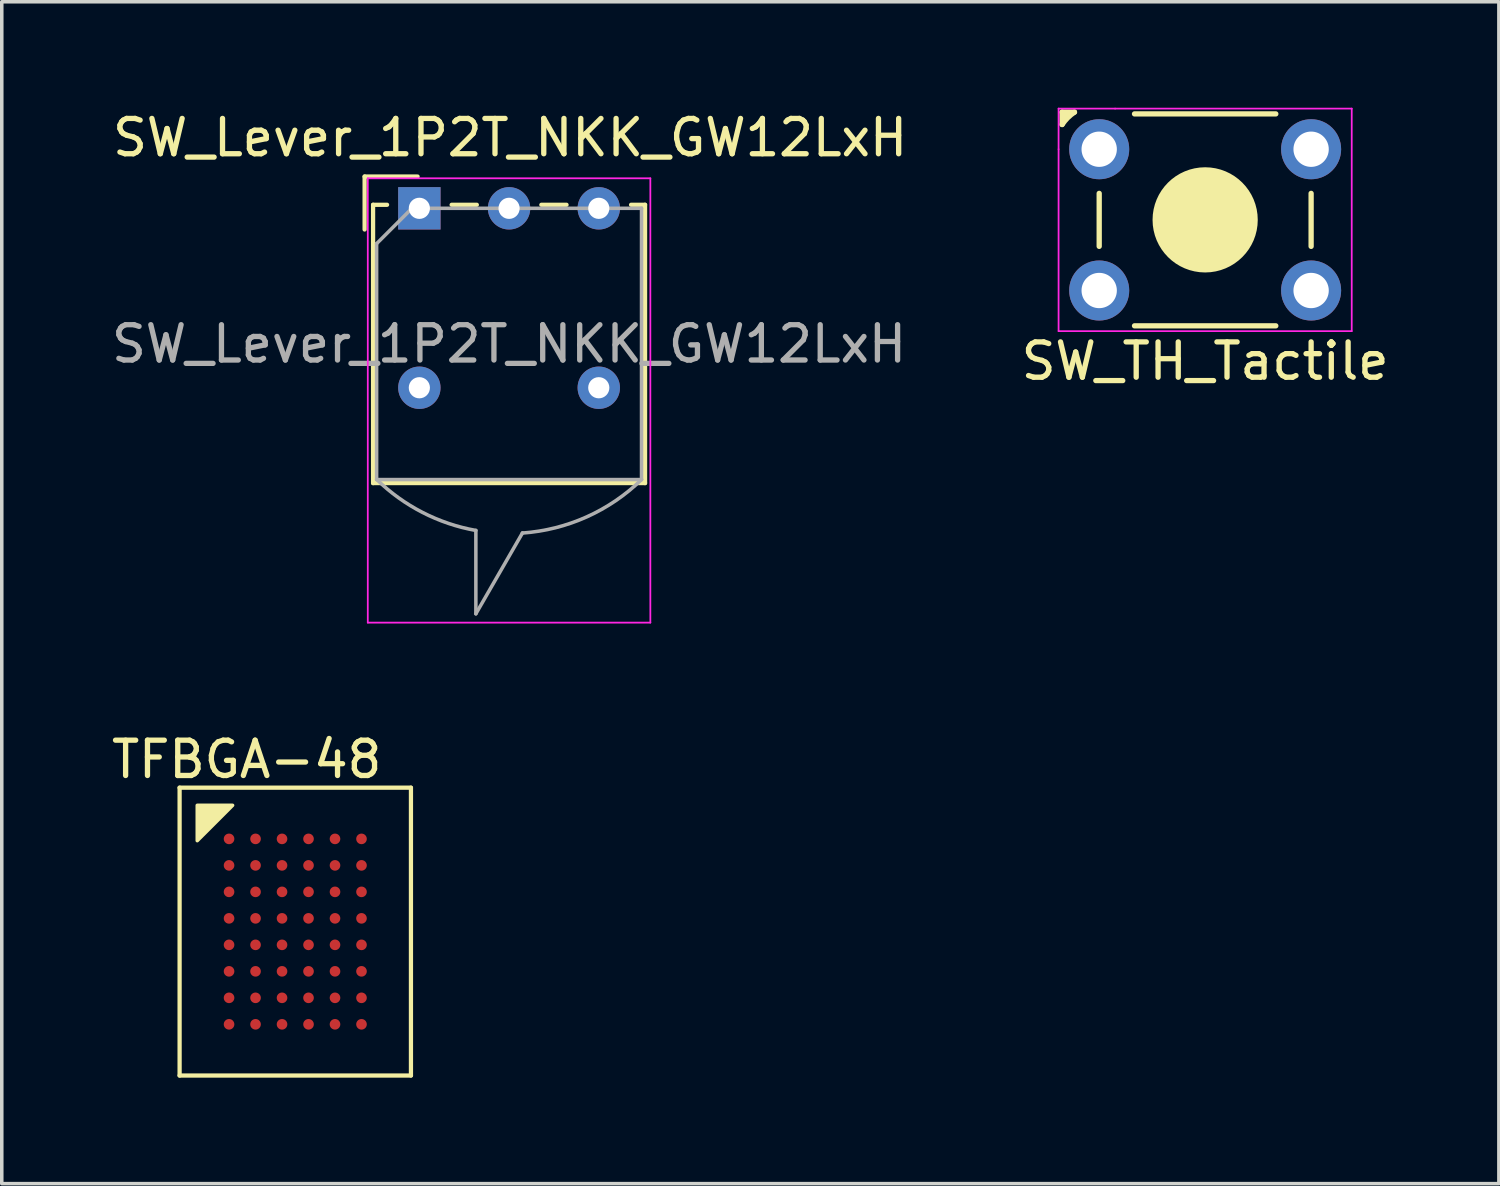
<source format=kicad_pcb>
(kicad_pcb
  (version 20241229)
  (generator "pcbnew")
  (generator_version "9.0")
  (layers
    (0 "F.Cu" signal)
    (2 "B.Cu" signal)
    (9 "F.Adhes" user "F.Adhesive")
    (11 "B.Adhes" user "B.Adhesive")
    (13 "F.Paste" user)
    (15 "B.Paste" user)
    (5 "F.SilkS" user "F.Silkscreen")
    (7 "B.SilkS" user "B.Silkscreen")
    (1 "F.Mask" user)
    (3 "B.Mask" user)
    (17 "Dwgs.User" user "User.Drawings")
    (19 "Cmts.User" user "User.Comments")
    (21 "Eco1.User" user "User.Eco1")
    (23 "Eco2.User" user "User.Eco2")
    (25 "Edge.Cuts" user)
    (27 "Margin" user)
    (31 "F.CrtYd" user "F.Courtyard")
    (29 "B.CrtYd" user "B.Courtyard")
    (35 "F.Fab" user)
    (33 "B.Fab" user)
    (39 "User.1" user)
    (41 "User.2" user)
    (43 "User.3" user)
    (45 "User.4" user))
  (footprint "SW_Lever_1P2T_NKK_GW12LxH"
    (layer "F.Cu")
    (at 8.823 2.848)
    (property "Reference" "SW_Lever_1P2T_NKK_GW12LxH" (at 2.57 -2 180) (layer "F.SilkS") (effects (font (size 1 1) (thickness 0.15))))
    (attr through_hole)
    (fp_line (start -1.55 -0.9) (end -0.05 -0.9) (stroke (width 0.12) (type solid)) (layer "F.SilkS"))
    (fp_line (start -1.55 0.6) (end -1.55 -0.9) (stroke (width 0.12) (type solid)) (layer "F.SilkS"))
    (fp_line (start -1.31 -0.1) (end -1.31 7.78) (stroke (width 0.12) (type solid)) (layer "F.SilkS"))
    (fp_line (start -1.31 -0.1) (end -0.914 -0.1) (stroke (width 0.12) (type solid)) (layer "F.SilkS"))
    (fp_line (start -1.31 7.78) (end 6.39 7.78) (stroke (width 0.12) (type solid)) (layer "F.SilkS"))
    (fp_line (start 0.914 -0.1) (end 1.627 -0.1) (stroke (width 0.12) (type solid)) (layer "F.SilkS"))
    (fp_line (start 3.454 -0.1) (end 4.167 -0.1) (stroke (width 0.12) (type solid)) (layer "F.SilkS"))
    (fp_line (start 5.994 -0.1) (end 6.39 -0.1) (stroke (width 0.12) (type solid)) (layer "F.SilkS"))
    (fp_line (start 6.39 -0.1) (end 6.39 7.78) (stroke (width 0.12) (type solid)) (layer "F.SilkS"))
    (fp_line (start -1.46 -0.85) (end -1.46 11.73) (stroke (width 0.05) (type solid)) (layer "F.CrtYd"))
    (fp_line (start -1.46 11.73) (end 6.54 11.73) (stroke (width 0.05) (type solid)) (layer "F.CrtYd"))
    (fp_line (start 6.54 -0.85) (end -1.46 -0.85) (stroke (width 0.05) (type solid)) (layer "F.CrtYd"))
    (fp_line (start 6.54 11.73) (end 6.54 -0.85) (stroke (width 0.05) (type solid)) (layer "F.CrtYd"))
    (fp_line (start -1.21 1) (end -0.21 0) (stroke (width 0.1) (type solid)) (layer "F.Fab"))
    (fp_line (start -1.21 7.68) (end -1.21 1) (stroke (width 0.1) (type solid)) (layer "F.Fab"))
    (fp_line (start -0.21 0) (end 6.29 0) (stroke (width 0.1) (type solid)) (layer "F.Fab"))
    (fp_line (start 1.6 9.12) (end 1.6 11.48) (stroke (width 0.1) (type solid)) (layer "F.Fab"))
    (fp_line (start 1.6 11.48) (end 2.92 9.19) (stroke (width 0.1) (type solid)) (layer "F.Fab"))
    (fp_line (start 6.29 0) (end 6.29 7.68) (stroke (width 0.1) (type solid)) (layer "F.Fab"))
    (fp_line (start 6.29 7.68) (end -1.21 7.68) (stroke (width 0.1) (type solid)) (layer "F.Fab"))
    (fp_arc (start 1.6 9.12) (mid 0.089022 8.610189) (end -1.205256 7.678627) (stroke (width 0.1) (type solid)) (layer "F.Fab"))
    (fp_arc (start 6.29 7.68) (mid 4.737678 8.736766) (end 2.916333 9.194108) (stroke (width 0.1) (type solid)) (layer "F.Fab"))
    (fp_text user "${REFERENCE}" (at 2.54 3.84 0) (layer "F.Fab") (effects (font (size 1 1) (thickness 0.15))))
    (pad "" thru_hole circle (at 0 5.08) (size 1.2 1.2) (drill 0.6) (layers "*.Cu" "*.Mask"))
    (pad "" thru_hole circle (at 5.08 5.08) (size 1.2 1.2) (drill 0.6) (layers "*.Cu" "*.Mask"))
    (pad "1" thru_hole rect (at 0 0) (size 1.2 1.2) (drill 0.6) (layers "*.Cu" "*.Mask"))
    (pad "2" thru_hole circle (at 2.54 0) (size 1.2 1.2) (drill 0.6) (layers "*.Cu" "*.Mask"))
    (pad "3" thru_hole circle (at 5.08 0) (size 1.2 1.2) (drill 0.6) (layers "*.Cu" "*.Mask")))
  (footprint "SW_TH_Tactile"
    (layer "F.Cu")
    (at 31.17 3.207)
    (property "Reference" "SW_TH_Tactile" (at -0.099 3.968 0) (layer "F.SilkS") (effects (font (size 1 1) (thickness 0.15))))
    (attr through_hole)
    (fp_line (start -4.149 -3.082) (end -4.149 -2.732) (stroke (width 0.15) (type solid)) (layer "F.SilkS"))
    (fp_line (start -4.149 -3.082) (end -3.799 -3.082) (stroke (width 0.15) (type solid)) (layer "F.SilkS"))
    (fp_line (start -4.049 -3.032) (end -4.049 -2.932) (stroke (width 0.15) (type solid)) (layer "F.SilkS"))
    (fp_line (start -3.099 -0.032) (end -3.099 -0.032) (stroke (width 0.1) (type solid)) (layer "F.SilkS"))
    (fp_line (start -3.099 0.718) (end -3.099 -0.782) (stroke (width 0.15) (type solid)) (layer "F.SilkS"))
    (fp_line (start -2.099 -3.032) (end 1.901 -3.032) (stroke (width 0.15) (type solid)) (layer "F.SilkS"))
    (fp_line (start -2.099 2.968) (end 1.901 2.968) (stroke (width 0.15) (type solid)) (layer "F.SilkS"))
    (fp_line (start 1.901 -3.032) (end -2.099 -3.032) (stroke (width 0.1) (type solid)) (layer "F.SilkS"))
    (fp_line (start 1.901 2.968) (end -2.099 2.968) (stroke (width 0.1) (type solid)) (layer "F.SilkS"))
    (fp_line (start 2.901 -0.782) (end 2.901 0.718) (stroke (width 0.15) (type solid)) (layer "F.SilkS"))
    (fp_line (start 2.901 -0.032) (end 2.901 -0.032) (stroke (width 0.1) (type solid)) (layer "F.SilkS"))
    (fp_arc (start -4.1488 -2.732) (mid -3.991128 -2.924328) (end -3.7988 -3.082) (stroke (width 0.15) (type solid)) (layer "F.SilkS"))
    (fp_circle (center -0.099 -0.032) (end 0.901 0.968) (stroke (width 0) (type solid)) (fill yes) (layer "F.SilkS"))
    (fp_circle (center -0.099 -0.032) (end 0.901 0.968) (stroke (width 0.15) (type solid)) (fill no) (layer "F.SilkS"))
    (fp_line (start -4.249 -3.182) (end -2.649 -3.182) (stroke (width 0.05) (type solid)) (layer "F.CrtYd"))
    (fp_line (start -4.249 -2.032) (end -4.249 -3.182) (stroke (width 0.05) (type solid)) (layer "F.CrtYd"))
    (fp_line (start -4.249 -2.032) (end -4.249 3.118) (stroke (width 0.05) (type solid)) (layer "F.CrtYd"))
    (fp_line (start -4.249 3.118) (end 4.051 3.118) (stroke (width 0.05) (type solid)) (layer "F.CrtYd"))
    (fp_line (start 4.051 -3.182) (end -2.649 -3.182) (stroke (width 0.05) (type solid)) (layer "F.CrtYd"))
    (fp_line (start 4.051 3.118) (end 4.051 -3.182) (stroke (width 0.05) (type solid)) (layer "F.CrtYd"))
    (pad "1" thru_hole circle (at -3.099 -2.032) (size 1.7 1.7) (drill 1) (layers "*.Cu" "*.Mask"))
    (pad "2" thru_hole circle (at 2.901 -2.032) (size 1.7 1.7) (drill 1) (layers "*.Cu" "*.Mask"))
    (pad "3" thru_hole circle (at -3.099 1.968) (size 1.7 1.7) (drill 1) (layers "*.Cu" "*.Mask"))
    (pad "4" thru_hole circle (at 2.901 1.968) (size 1.7 1.7) (drill 1) (layers "*.Cu" "*.Mask")))
  (footprint "TFBGA-48"
    (layer "F.Cu")
    (at 4.935 22.951)
    (property "Reference" "TFBGA-48" (at -1 -4.5 0) (layer "F.SilkS") (effects (font (size 1 1) (thickness 0.15))))
    (attr through_hole)
    (fp_line (start -2.9 -3.7) (end -2.9 4.45) (stroke (width 0.12) (type solid)) (layer "F.SilkS"))
    (fp_line (start -2.9 4.45) (end 3.65 4.45) (stroke (width 0.12) (type solid)) (layer "F.SilkS"))
    (fp_line (start 3.65 -3.7) (end -2.9 -3.7) (stroke (width 0.12) (type solid)) (layer "F.SilkS"))
    (fp_line (start 3.65 -3.7) (end 3.65 4.45) (stroke (width 0.12) (type solid)) (layer "F.SilkS"))
    (fp_poly (pts (xy -2.4 -3.2) (xy -2.4 -2.2) (xy -1.4 -3.2)) (stroke (width 0.1) (type solid)) (fill yes) (layer "F.SilkS"))
    (pad "A1" smd circle (at -1.5 -2.25) (size 0.3 0.3) (layers "F.Cu" "F.Mask" "F.Paste"))
    (pad "A2" smd circle (at -0.75 -2.25) (size 0.3 0.3) (layers "F.Cu" "F.Mask" "F.Paste"))
    (pad "A3" smd circle (at 0 -2.25) (size 0.3 0.3) (layers "F.Cu" "F.Mask" "F.Paste"))
    (pad "A4" smd circle (at 0.75 -2.25) (size 0.3 0.3) (layers "F.Cu" "F.Mask" "F.Paste"))
    (pad "A5" smd circle (at 1.5 -2.25) (size 0.3 0.3) (layers "F.Cu" "F.Mask" "F.Paste"))
    (pad "A6" smd circle (at 2.25 -2.25) (size 0.3 0.3) (layers "F.Cu" "F.Mask" "F.Paste"))
    (pad "B1" smd circle (at -1.5 -1.5) (size 0.3 0.3) (layers "F.Cu" "F.Mask" "F.Paste"))
    (pad "B2" smd circle (at -0.75 -1.5) (size 0.3 0.3) (layers "F.Cu" "F.Mask" "F.Paste"))
    (pad "B3" smd circle (at 0 -1.5) (size 0.3 0.3) (layers "F.Cu" "F.Mask" "F.Paste"))
    (pad "B4" smd circle (at 0.75 -1.5) (size 0.3 0.3) (layers "F.Cu" "F.Mask" "F.Paste"))
    (pad "B5" smd circle (at 1.5 -1.5) (size 0.3 0.3) (layers "F.Cu" "F.Mask" "F.Paste"))
    (pad "B6" smd circle (at 2.25 -1.5) (size 0.3 0.3) (layers "F.Cu" "F.Mask" "F.Paste"))
    (pad "C1" smd circle (at -1.5 -0.75) (size 0.3 0.3) (layers "F.Cu" "F.Mask" "F.Paste"))
    (pad "C2" smd circle (at -0.75 -0.75) (size 0.3 0.3) (layers "F.Cu" "F.Mask" "F.Paste"))
    (pad "C3" smd circle (at 0 -0.75) (size 0.3 0.3) (layers "F.Cu" "F.Mask" "F.Paste"))
    (pad "C4" smd circle (at 0.75 -0.75) (size 0.3 0.3) (layers "F.Cu" "F.Mask" "F.Paste"))
    (pad "C5" smd circle (at 1.5 -0.75) (size 0.3 0.3) (layers "F.Cu" "F.Mask" "F.Paste"))
    (pad "C6" smd circle (at 2.25 -0.75) (size 0.3 0.3) (layers "F.Cu" "F.Mask" "F.Paste"))
    (pad "D1" smd circle (at -1.5 0) (size 0.3 0.3) (layers "F.Cu" "F.Mask" "F.Paste"))
    (pad "D2" smd circle (at -0.75 0) (size 0.3 0.3) (layers "F.Cu" "F.Mask" "F.Paste"))
    (pad "D3" smd circle (at 0 0) (size 0.3 0.3) (layers "F.Cu" "F.Mask" "F.Paste"))
    (pad "D4" smd circle (at 0.75 0) (size 0.3 0.3) (layers "F.Cu" "F.Mask" "F.Paste"))
    (pad "D5" smd circle (at 1.5 0) (size 0.3 0.3) (layers "F.Cu" "F.Mask" "F.Paste"))
    (pad "D6" smd circle (at 2.25 0) (size 0.3 0.3) (layers "F.Cu" "F.Mask" "F.Paste"))
    (pad "E1" smd circle (at -1.5 0.75) (size 0.3 0.3) (layers "F.Cu" "F.Mask" "F.Paste"))
    (pad "E2" smd circle (at -0.75 0.75) (size 0.3 0.3) (layers "F.Cu" "F.Mask" "F.Paste"))
    (pad "E3" smd circle (at 0 0.75) (size 0.3 0.3) (layers "F.Cu" "F.Mask" "F.Paste"))
    (pad "E4" smd circle (at 0.75 0.75) (size 0.3 0.3) (layers "F.Cu" "F.Mask" "F.Paste"))
    (pad "E5" smd circle (at 1.5 0.75) (size 0.3 0.3) (layers "F.Cu" "F.Mask" "F.Paste"))
    (pad "E6" smd circle (at 2.25 0.75) (size 0.3 0.3) (layers "F.Cu" "F.Mask" "F.Paste"))
    (pad "F1" smd circle (at -1.5 1.5) (size 0.3 0.3) (layers "F.Cu" "F.Mask" "F.Paste"))
    (pad "F2" smd circle (at -0.75 1.5) (size 0.3 0.3) (layers "F.Cu" "F.Mask" "F.Paste"))
    (pad "F3" smd circle (at 0 1.5) (size 0.3 0.3) (layers "F.Cu" "F.Mask" "F.Paste"))
    (pad "F4" smd circle (at 0.75 1.5) (size 0.3 0.3) (layers "F.Cu" "F.Mask" "F.Paste"))
    (pad "F5" smd circle (at 1.5 1.5) (size 0.3 0.3) (layers "F.Cu" "F.Mask" "F.Paste"))
    (pad "F6" smd circle (at 2.25 1.5) (size 0.3 0.3) (layers "F.Cu" "F.Mask" "F.Paste"))
    (pad "G1" smd circle (at -1.5 2.25) (size 0.3 0.3) (layers "F.Cu" "F.Mask" "F.Paste"))
    (pad "G2" smd circle (at -0.75 2.25) (size 0.3 0.3) (layers "F.Cu" "F.Mask" "F.Paste"))
    (pad "G3" smd circle (at 0 2.25) (size 0.3 0.3) (layers "F.Cu" "F.Mask" "F.Paste"))
    (pad "G4" smd circle (at 0.75 2.25) (size 0.3 0.3) (layers "F.Cu" "F.Mask" "F.Paste"))
    (pad "G5" smd circle (at 1.5 2.25) (size 0.3 0.3) (layers "F.Cu" "F.Mask" "F.Paste"))
    (pad "G6" smd circle (at 2.25 2.25) (size 0.3 0.3) (layers "F.Cu" "F.Mask" "F.Paste"))
    (pad "H1" smd circle (at -1.5 3) (size 0.3 0.3) (layers "F.Cu" "F.Mask" "F.Paste"))
    (pad "H2" smd circle (at -0.75 3) (size 0.3 0.3) (layers "F.Cu" "F.Mask" "F.Paste"))
    (pad "H3" smd circle (at 0 3) (size 0.3 0.3) (layers "F.Cu" "F.Mask" "F.Paste"))
    (pad "H4" smd circle (at 0.75 3) (size 0.3 0.3) (layers "F.Cu" "F.Mask" "F.Paste"))
    (pad "H5" smd circle (at 1.5 3) (size 0.3 0.3) (layers "F.Cu" "F.Mask" "F.Paste"))
    (pad "H6" smd circle (at 2.25 3) (size 0.3 0.3) (layers "F.Cu" "F.Mask" "F.Paste")))
  (gr_rect
    (start -3 -3)
    (end 39.387 30.462)
    (stroke (width 0.1) (type default))
    (fill no)
    (layer "Edge.Cuts")))
</source>
